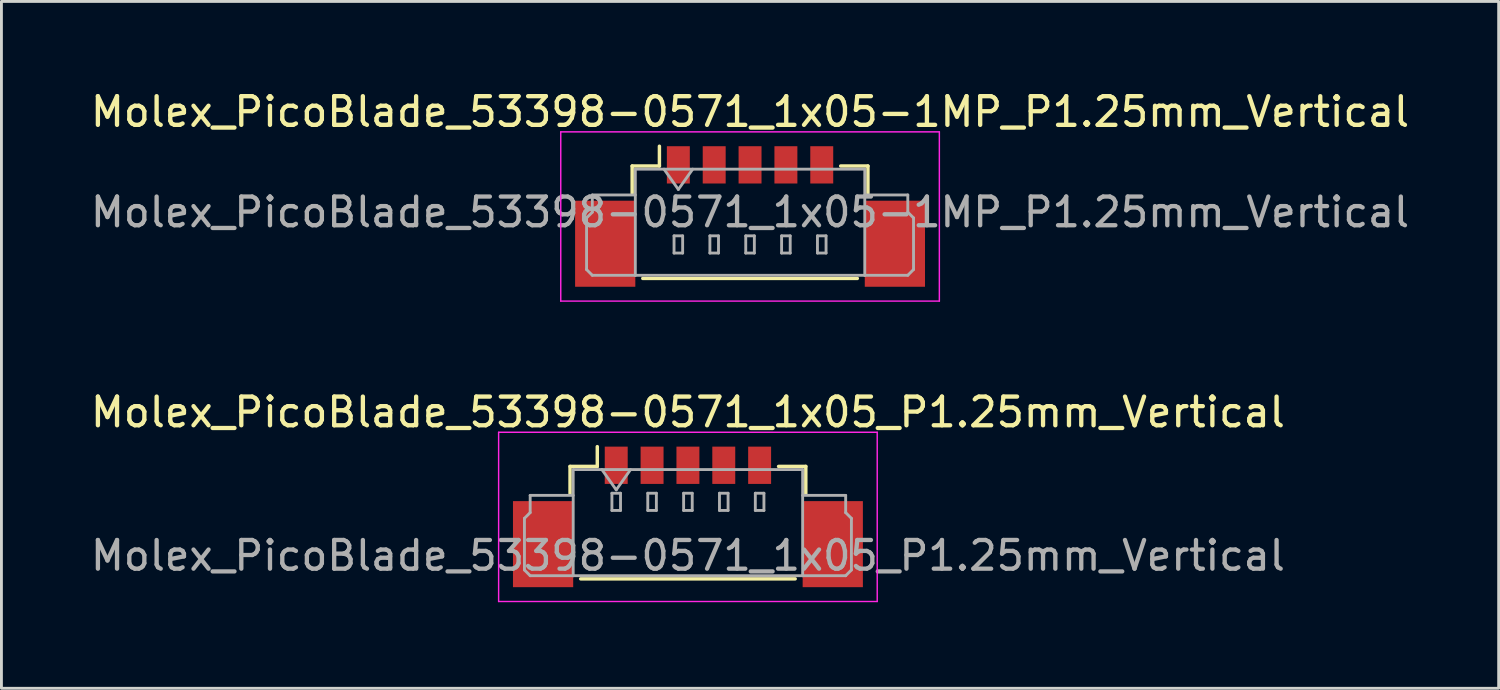
<source format=kicad_pcb>
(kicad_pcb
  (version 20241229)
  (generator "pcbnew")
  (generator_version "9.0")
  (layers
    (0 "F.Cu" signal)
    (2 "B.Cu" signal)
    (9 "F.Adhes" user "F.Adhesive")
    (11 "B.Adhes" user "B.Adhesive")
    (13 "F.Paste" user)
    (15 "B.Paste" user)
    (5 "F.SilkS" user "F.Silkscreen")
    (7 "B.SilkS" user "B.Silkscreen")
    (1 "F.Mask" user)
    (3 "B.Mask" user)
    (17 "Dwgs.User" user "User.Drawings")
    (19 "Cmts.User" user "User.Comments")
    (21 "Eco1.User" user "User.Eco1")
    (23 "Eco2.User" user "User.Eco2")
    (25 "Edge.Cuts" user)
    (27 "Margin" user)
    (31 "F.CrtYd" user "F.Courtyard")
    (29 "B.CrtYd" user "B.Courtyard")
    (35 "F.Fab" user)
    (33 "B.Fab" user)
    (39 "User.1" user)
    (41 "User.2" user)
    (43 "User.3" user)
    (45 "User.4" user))
  (footprint "Molex_PicoBlade_53398-0571_1x05_P1.25mm_Vertical"
    (layer "F.Cu")
    (at 20.935 14.972)
    (property "Reference" "Molex_PicoBlade_53398-0571_1x05_P1.25mm_Vertical" (at 0 -3.65 0) (layer "F.SilkS") (effects (font (size 1 1) (thickness 0.15))))
    (attr smd)
    (fp_line (start -4.11 -1.76) (end -3.16 -1.76) (stroke (width 0.12) (type solid)) (layer "F.SilkS"))
    (fp_line (start -4.11 -0.81) (end -4.11 -1.76) (stroke (width 0.12) (type solid)) (layer "F.SilkS"))
    (fp_line (start -3.74 2.16) (end 3.74 2.16) (stroke (width 0.12) (type solid)) (layer "F.SilkS"))
    (fp_line (start -3.16 -1.76) (end -3.16 -2.45) (stroke (width 0.12) (type solid)) (layer "F.SilkS"))
    (fp_line (start 4.11 -1.76) (end 3.16 -1.76) (stroke (width 0.12) (type solid)) (layer "F.SilkS"))
    (fp_line (start 4.11 -0.81) (end 4.11 -1.76) (stroke (width 0.12) (type solid)) (layer "F.SilkS"))
    (fp_line (start -6.6 -2.95) (end -6.6 2.95) (stroke (width 0.05) (type solid)) (layer "F.CrtYd"))
    (fp_line (start -6.6 2.95) (end 6.6 2.95) (stroke (width 0.05) (type solid)) (layer "F.CrtYd"))
    (fp_line (start 6.6 -2.95) (end -6.6 -2.95) (stroke (width 0.05) (type solid)) (layer "F.CrtYd"))
    (fp_line (start 6.6 2.95) (end 6.6 -2.95) (stroke (width 0.05) (type solid)) (layer "F.CrtYd"))
    (fp_line (start -5.7 0.05) (end -5.5 -0.15) (stroke (width 0.1) (type solid)) (layer "F.Fab"))
    (fp_line (start -5.7 1.85) (end -5.7 0.05) (stroke (width 0.1) (type solid)) (layer "F.Fab"))
    (fp_line (start -5.5 -0.75) (end -4 -0.75) (stroke (width 0.1) (type solid)) (layer "F.Fab"))
    (fp_line (start -5.5 -0.15) (end -5.5 -0.75) (stroke (width 0.1) (type solid)) (layer "F.Fab"))
    (fp_line (start -5.5 2.05) (end -5.7 1.85) (stroke (width 0.1) (type solid)) (layer "F.Fab"))
    (fp_line (start -4 -1.65) (end -4 2.05) (stroke (width 0.1) (type solid)) (layer "F.Fab"))
    (fp_line (start -4 -1.65) (end 4 -1.65) (stroke (width 0.1) (type solid)) (layer "F.Fab"))
    (fp_line (start -4 2.05) (end -5.5 2.05) (stroke (width 0.1) (type solid)) (layer "F.Fab"))
    (fp_line (start -4 2.05) (end 4 2.05) (stroke (width 0.1) (type solid)) (layer "F.Fab"))
    (fp_line (start -3 -1.65) (end -2.5 -0.943) (stroke (width 0.1) (type solid)) (layer "F.Fab"))
    (fp_line (start -2.65 -0.825) (end -2.65 -0.225) (stroke (width 0.1) (type solid)) (layer "F.Fab"))
    (fp_line (start -2.65 -0.225) (end -2.35 -0.225) (stroke (width 0.1) (type solid)) (layer "F.Fab"))
    (fp_line (start -2.5 -0.943) (end -2 -1.65) (stroke (width 0.1) (type solid)) (layer "F.Fab"))
    (fp_line (start -2.35 -0.825) (end -2.65 -0.825) (stroke (width 0.1) (type solid)) (layer "F.Fab"))
    (fp_line (start -2.35 -0.225) (end -2.35 -0.825) (stroke (width 0.1) (type solid)) (layer "F.Fab"))
    (fp_line (start -1.4 -0.825) (end -1.4 -0.225) (stroke (width 0.1) (type solid)) (layer "F.Fab"))
    (fp_line (start -1.4 -0.225) (end -1.1 -0.225) (stroke (width 0.1) (type solid)) (layer "F.Fab"))
    (fp_line (start -1.1 -0.825) (end -1.4 -0.825) (stroke (width 0.1) (type solid)) (layer "F.Fab"))
    (fp_line (start -1.1 -0.225) (end -1.1 -0.825) (stroke (width 0.1) (type solid)) (layer "F.Fab"))
    (fp_line (start -0.15 -0.825) (end -0.15 -0.225) (stroke (width 0.1) (type solid)) (layer "F.Fab"))
    (fp_line (start -0.15 -0.225) (end 0.15 -0.225) (stroke (width 0.1) (type solid)) (layer "F.Fab"))
    (fp_line (start 0.15 -0.825) (end -0.15 -0.825) (stroke (width 0.1) (type solid)) (layer "F.Fab"))
    (fp_line (start 0.15 -0.225) (end 0.15 -0.825) (stroke (width 0.1) (type solid)) (layer "F.Fab"))
    (fp_line (start 1.1 -0.825) (end 1.1 -0.225) (stroke (width 0.1) (type solid)) (layer "F.Fab"))
    (fp_line (start 1.1 -0.225) (end 1.4 -0.225) (stroke (width 0.1) (type solid)) (layer "F.Fab"))
    (fp_line (start 1.4 -0.825) (end 1.1 -0.825) (stroke (width 0.1) (type solid)) (layer "F.Fab"))
    (fp_line (start 1.4 -0.225) (end 1.4 -0.825) (stroke (width 0.1) (type solid)) (layer "F.Fab"))
    (fp_line (start 2.35 -0.825) (end 2.35 -0.225) (stroke (width 0.1) (type solid)) (layer "F.Fab"))
    (fp_line (start 2.35 -0.225) (end 2.65 -0.225) (stroke (width 0.1) (type solid)) (layer "F.Fab"))
    (fp_line (start 2.65 -0.825) (end 2.35 -0.825) (stroke (width 0.1) (type solid)) (layer "F.Fab"))
    (fp_line (start 2.65 -0.225) (end 2.65 -0.825) (stroke (width 0.1) (type solid)) (layer "F.Fab"))
    (fp_line (start 4 -1.65) (end 4 2.05) (stroke (width 0.1) (type solid)) (layer "F.Fab"))
    (fp_line (start 4 2.05) (end 5.5 2.05) (stroke (width 0.1) (type solid)) (layer "F.Fab"))
    (fp_line (start 5.5 -0.75) (end 4 -0.75) (stroke (width 0.1) (type solid)) (layer "F.Fab"))
    (fp_line (start 5.5 -0.15) (end 5.5 -0.75) (stroke (width 0.1) (type solid)) (layer "F.Fab"))
    (fp_line (start 5.5 2.05) (end 5.7 1.85) (stroke (width 0.1) (type solid)) (layer "F.Fab"))
    (fp_line (start 5.7 0.05) (end 5.5 -0.15) (stroke (width 0.1) (type solid)) (layer "F.Fab"))
    (fp_line (start 5.7 1.85) (end 5.7 0.05) (stroke (width 0.1) (type solid)) (layer "F.Fab"))
    (fp_text user "${REFERENCE}" (at 0 1.35 0) (layer "F.Fab") (effects (font (size 1 1) (thickness 0.15))))
    (pad "" smd rect (at -5.05 0.95) (size 2.1 3) (layers "F.Cu" "F.Mask" "F.Paste"))
    (pad "" smd rect (at 5.05 0.95) (size 2.1 3) (layers "F.Cu" "F.Mask" "F.Paste"))
    (pad "1" smd rect (at -2.5 -1.8) (size 0.8 1.3) (layers "F.Cu" "F.Mask" "F.Paste"))
    (pad "2" smd rect (at -1.25 -1.8) (size 0.8 1.3) (layers "F.Cu" "F.Mask" "F.Paste"))
    (pad "3" smd rect (at 0 -1.8) (size 0.8 1.3) (layers "F.Cu" "F.Mask" "F.Paste"))
    (pad "4" smd rect (at 1.25 -1.8) (size 0.8 1.3) (layers "F.Cu" "F.Mask" "F.Paste"))
    (pad "5" smd rect (at 2.5 -1.8) (size 0.8 1.3) (layers "F.Cu" "F.Mask" "F.Paste")))
  (footprint "Molex_PicoBlade_53398-0571_1x05-1MP_P1.25mm_Vertical"
    (layer "F.Cu")
    (at 23.101 3.948)
    (property "Reference" "Molex_PicoBlade_53398-0571_1x05-1MP_P1.25mm_Vertical" (at 0 -3.1 0) (layer "F.SilkS") (effects (font (size 1 1) (thickness 0.15))))
    (attr smd)
    (fp_line (start -4.11 -1.21) (end -3.16 -1.21) (stroke (width 0.12) (type solid)) (layer "F.SilkS"))
    (fp_line (start -4.11 -0.26) (end -4.11 -1.21) (stroke (width 0.12) (type solid)) (layer "F.SilkS"))
    (fp_line (start -3.74 2.71) (end 3.74 2.71) (stroke (width 0.12) (type solid)) (layer "F.SilkS"))
    (fp_line (start -3.16 -1.21) (end -3.16 -1.9) (stroke (width 0.12) (type solid)) (layer "F.SilkS"))
    (fp_line (start 4.11 -1.21) (end 3.16 -1.21) (stroke (width 0.12) (type solid)) (layer "F.SilkS"))
    (fp_line (start 4.11 -0.26) (end 4.11 -1.21) (stroke (width 0.12) (type solid)) (layer "F.SilkS"))
    (fp_line (start -6.6 -2.4) (end -6.6 3.5) (stroke (width 0.05) (type solid)) (layer "F.CrtYd"))
    (fp_line (start -6.6 3.5) (end 6.6 3.5) (stroke (width 0.05) (type solid)) (layer "F.CrtYd"))
    (fp_line (start 6.6 -2.4) (end -6.6 -2.4) (stroke (width 0.05) (type solid)) (layer "F.CrtYd"))
    (fp_line (start 6.6 3.5) (end 6.6 -2.4) (stroke (width 0.05) (type solid)) (layer "F.CrtYd"))
    (fp_line (start -5.7 0.6) (end -5.5 0.4) (stroke (width 0.1) (type solid)) (layer "F.Fab"))
    (fp_line (start -5.7 2.4) (end -5.7 0.6) (stroke (width 0.1) (type solid)) (layer "F.Fab"))
    (fp_line (start -5.5 -0.2) (end -4 -0.2) (stroke (width 0.1) (type solid)) (layer "F.Fab"))
    (fp_line (start -5.5 0.4) (end -5.5 -0.2) (stroke (width 0.1) (type solid)) (layer "F.Fab"))
    (fp_line (start -5.5 2.6) (end -5.7 2.4) (stroke (width 0.1) (type solid)) (layer "F.Fab"))
    (fp_line (start -4 -1.1) (end -4 2.6) (stroke (width 0.1) (type solid)) (layer "F.Fab"))
    (fp_line (start -4 -1.1) (end 4 -1.1) (stroke (width 0.1) (type solid)) (layer "F.Fab"))
    (fp_line (start -4 2.6) (end -5.5 2.6) (stroke (width 0.1) (type solid)) (layer "F.Fab"))
    (fp_line (start -4 2.6) (end 4 2.6) (stroke (width 0.1) (type solid)) (layer "F.Fab"))
    (fp_line (start -3 -1.1) (end -2.5 -0.393) (stroke (width 0.1) (type solid)) (layer "F.Fab"))
    (fp_line (start -2.65 1.225) (end -2.65 1.825) (stroke (width 0.1) (type solid)) (layer "F.Fab"))
    (fp_line (start -2.65 1.825) (end -2.35 1.825) (stroke (width 0.1) (type solid)) (layer "F.Fab"))
    (fp_line (start -2.5 -0.393) (end -2 -1.1) (stroke (width 0.1) (type solid)) (layer "F.Fab"))
    (fp_line (start -2.35 1.225) (end -2.65 1.225) (stroke (width 0.1) (type solid)) (layer "F.Fab"))
    (fp_line (start -2.35 1.825) (end -2.35 1.225) (stroke (width 0.1) (type solid)) (layer "F.Fab"))
    (fp_line (start -1.4 1.225) (end -1.4 1.825) (stroke (width 0.1) (type solid)) (layer "F.Fab"))
    (fp_line (start -1.4 1.825) (end -1.1 1.825) (stroke (width 0.1) (type solid)) (layer "F.Fab"))
    (fp_line (start -1.1 1.225) (end -1.4 1.225) (stroke (width 0.1) (type solid)) (layer "F.Fab"))
    (fp_line (start -1.1 1.825) (end -1.1 1.225) (stroke (width 0.1) (type solid)) (layer "F.Fab"))
    (fp_line (start -0.15 1.225) (end -0.15 1.825) (stroke (width 0.1) (type solid)) (layer "F.Fab"))
    (fp_line (start -0.15 1.825) (end 0.15 1.825) (stroke (width 0.1) (type solid)) (layer "F.Fab"))
    (fp_line (start 0.15 1.225) (end -0.15 1.225) (stroke (width 0.1) (type solid)) (layer "F.Fab"))
    (fp_line (start 0.15 1.825) (end 0.15 1.225) (stroke (width 0.1) (type solid)) (layer "F.Fab"))
    (fp_line (start 1.1 1.225) (end 1.1 1.825) (stroke (width 0.1) (type solid)) (layer "F.Fab"))
    (fp_line (start 1.1 1.825) (end 1.4 1.825) (stroke (width 0.1) (type solid)) (layer "F.Fab"))
    (fp_line (start 1.4 1.225) (end 1.1 1.225) (stroke (width 0.1) (type solid)) (layer "F.Fab"))
    (fp_line (start 1.4 1.825) (end 1.4 1.225) (stroke (width 0.1) (type solid)) (layer "F.Fab"))
    (fp_line (start 2.35 1.225) (end 2.35 1.825) (stroke (width 0.1) (type solid)) (layer "F.Fab"))
    (fp_line (start 2.35 1.825) (end 2.65 1.825) (stroke (width 0.1) (type solid)) (layer "F.Fab"))
    (fp_line (start 2.65 1.225) (end 2.35 1.225) (stroke (width 0.1) (type solid)) (layer "F.Fab"))
    (fp_line (start 2.65 1.825) (end 2.65 1.225) (stroke (width 0.1) (type solid)) (layer "F.Fab"))
    (fp_line (start 4 -1.1) (end 4 2.6) (stroke (width 0.1) (type solid)) (layer "F.Fab"))
    (fp_line (start 4 2.6) (end 5.5 2.6) (stroke (width 0.1) (type solid)) (layer "F.Fab"))
    (fp_line (start 5.5 -0.2) (end 4 -0.2) (stroke (width 0.1) (type solid)) (layer "F.Fab"))
    (fp_line (start 5.5 0.4) (end 5.5 -0.2) (stroke (width 0.1) (type solid)) (layer "F.Fab"))
    (fp_line (start 5.5 2.6) (end 5.7 2.4) (stroke (width 0.1) (type solid)) (layer "F.Fab"))
    (fp_line (start 5.7 0.6) (end 5.5 0.4) (stroke (width 0.1) (type solid)) (layer "F.Fab"))
    (fp_line (start 5.7 2.4) (end 5.7 0.6) (stroke (width 0.1) (type solid)) (layer "F.Fab"))
    (fp_text user "${REFERENCE}" (at 0 0.4 0) (layer "F.Fab") (effects (font (size 1 1) (thickness 0.15))))
    (pad "1" smd rect (at -2.5 -1.25) (size 0.8 1.3) (layers "F.Cu" "F.Mask" "F.Paste"))
    (pad "2" smd rect (at -1.25 -1.25) (size 0.8 1.3) (layers "F.Cu" "F.Mask" "F.Paste"))
    (pad "3" smd rect (at 0 -1.25) (size 0.8 1.3) (layers "F.Cu" "F.Mask" "F.Paste"))
    (pad "4" smd rect (at 1.25 -1.25) (size 0.8 1.3) (layers "F.Cu" "F.Mask" "F.Paste"))
    (pad "5" smd rect (at 2.5 -1.25) (size 0.8 1.3) (layers "F.Cu" "F.Mask" "F.Paste"))
    (pad "MP" smd rect (at -5.05 1.5) (size 2.1 3) (layers "F.Cu" "F.Mask" "F.Paste"))
    (pad "MP" smd rect (at 5.05 1.5) (size 2.1 3) (layers "F.Cu" "F.Mask" "F.Paste")))
  (gr_rect
    (start -3 -3)
    (end 49.202 20.947)
    (stroke (width 0.1) (type default))
    (fill no)
    (layer "Edge.Cuts")))
</source>
